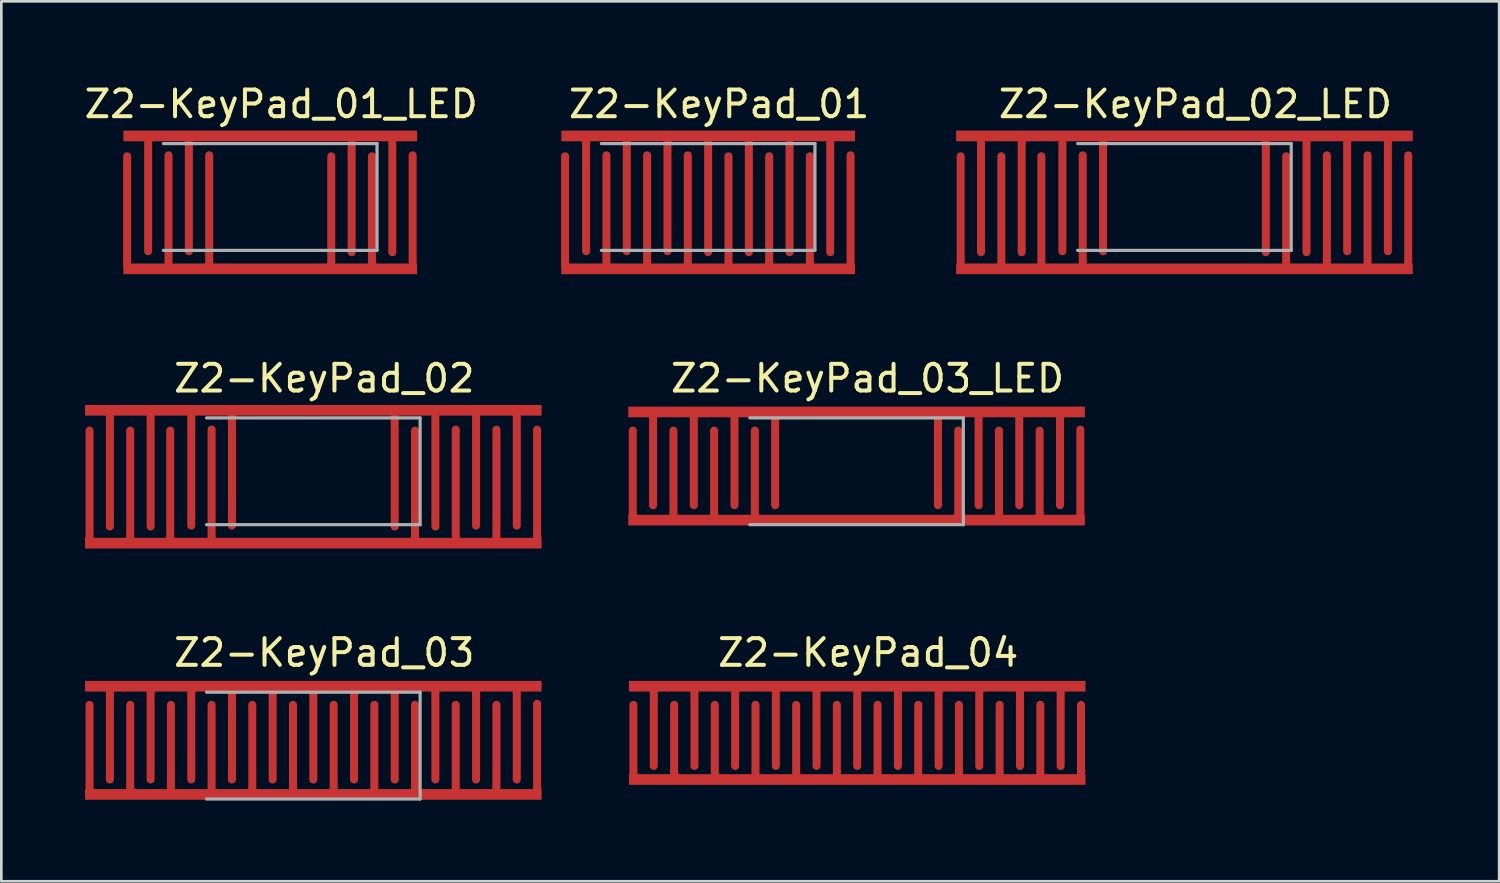
<source format=kicad_pcb>
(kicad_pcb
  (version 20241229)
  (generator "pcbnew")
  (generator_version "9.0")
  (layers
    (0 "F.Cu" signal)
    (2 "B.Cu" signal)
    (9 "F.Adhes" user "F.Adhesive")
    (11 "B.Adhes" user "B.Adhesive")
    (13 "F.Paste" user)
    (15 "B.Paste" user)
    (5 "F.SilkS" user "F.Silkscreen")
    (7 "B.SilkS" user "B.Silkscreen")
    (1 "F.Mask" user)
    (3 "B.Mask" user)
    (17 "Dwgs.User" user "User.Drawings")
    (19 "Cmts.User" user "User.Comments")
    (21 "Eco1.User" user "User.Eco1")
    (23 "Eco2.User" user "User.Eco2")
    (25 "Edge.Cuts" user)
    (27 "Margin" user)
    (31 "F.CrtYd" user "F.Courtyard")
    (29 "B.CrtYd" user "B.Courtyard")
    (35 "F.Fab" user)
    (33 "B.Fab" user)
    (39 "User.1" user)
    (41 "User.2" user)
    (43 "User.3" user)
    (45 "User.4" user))
  (footprint "Z2-KeyPad_04"
    (layer "F.Cu")
    (at 29.058 24.877)
    (property "Reference" "Z2-KeyPad_04" (at 0.41 -3.48 0) (layer "F.SilkS") (effects (font (size 1 1) (thickness 0.15))))
    (attr through_hole)
    (fp_line (start -8.382 1.27) (end -8.382 -1.524) (stroke (width 0.3) (type solid)) (layer "F.Cu"))
    (fp_line (start -7.62 0.762) (end -7.62 -2.032) (stroke (width 0.3) (type solid)) (layer "F.Cu"))
    (fp_line (start -6.858 1.27) (end -6.858 -1.524) (stroke (width 0.3) (type solid)) (layer "F.Cu"))
    (fp_line (start -6.096 0.762) (end -6.096 -2.032) (stroke (width 0.3) (type solid)) (layer "F.Cu"))
    (fp_line (start -5.334 1.27) (end -5.334 -1.524) (stroke (width 0.3) (type solid)) (layer "F.Cu"))
    (fp_line (start -4.572 0.762) (end -4.572 -2.032) (stroke (width 0.3) (type solid)) (layer "F.Cu"))
    (fp_line (start -3.81 1.27) (end -3.81 -1.524) (stroke (width 0.3) (type solid)) (layer "F.Cu"))
    (fp_line (start -3.048 0.762) (end -3.048 -2.032) (stroke (width 0.3) (type solid)) (layer "F.Cu"))
    (fp_line (start -2.286 1.27) (end -2.286 -1.524) (stroke (width 0.3) (type solid)) (layer "F.Cu"))
    (fp_line (start -1.524 0.762) (end -1.524 -2.032) (stroke (width 0.3) (type solid)) (layer "F.Cu"))
    (fp_line (start -0.762 1.27) (end -0.762 -1.524) (stroke (width 0.3) (type solid)) (layer "F.Cu"))
    (fp_line (start 0 0.762) (end 0 -2.032) (stroke (width 0.3) (type solid)) (layer "F.Cu"))
    (fp_line (start 0.762 1.27) (end 0.762 -1.524) (stroke (width 0.3) (type solid)) (layer "F.Cu"))
    (fp_line (start 1.524 0.762) (end 1.524 -2.032) (stroke (width 0.3) (type solid)) (layer "F.Cu"))
    (fp_line (start 2.286 1.27) (end 2.286 -1.524) (stroke (width 0.3) (type solid)) (layer "F.Cu"))
    (fp_line (start 3.048 0.762) (end 3.048 -2.032) (stroke (width 0.3) (type solid)) (layer "F.Cu"))
    (fp_line (start 3.81 1.27) (end 3.81 -1.524) (stroke (width 0.3) (type solid)) (layer "F.Cu"))
    (fp_line (start 4.572 0.762) (end 4.572 -2.032) (stroke (width 0.3) (type solid)) (layer "F.Cu"))
    (fp_line (start 5.334 1.27) (end 5.334 -1.524) (stroke (width 0.3) (type solid)) (layer "F.Cu"))
    (fp_line (start 6.096 0.762) (end 6.096 -2.032) (stroke (width 0.3) (type solid)) (layer "F.Cu"))
    (fp_line (start 6.858 1.27) (end 6.858 -1.524) (stroke (width 0.3) (type solid)) (layer "F.Cu"))
    (fp_line (start 7.62 0.762) (end 7.62 -2.032) (stroke (width 0.3) (type solid)) (layer "F.Cu"))
    (fp_line (start 8.382 1.27) (end 8.382 -1.524) (stroke (width 0.3) (type solid)) (layer "F.Cu"))
    (fp_poly (pts (xy 8.636 1.526) (xy -8.636 1.522) (xy -8.636 -2.438) (xy 8.636 -2.442)) (stroke (width 0.1) (type solid)) (fill yes) (layer "F.Mask"))
    (pad "1" smd rect (at 0 1.27) (size 17.1 0.4) (layers "F.Cu" "F.Mask" "F.Paste"))
    (pad "2" smd rect (at 0 -2.223) (size 17.1 0.4) (layers "F.Cu" "F.Mask" "F.Paste")))
  (footprint "Z2-KeyPad_02"
    (layer "F.Cu")
    (at 8.686 14.603)
    (property "Reference" "Z2-KeyPad_02" (at 0.41 -3.48 0) (layer "F.SilkS") (effects (font (size 1 1) (thickness 0.15))))
    (attr through_hole)
    (fp_line (start -8.382 2.576) (end -8.382 -1.524) (stroke (width 0.3) (type solid)) (layer "F.Cu"))
    (fp_line (start -7.62 2.068) (end -7.62 -2.032) (stroke (width 0.3) (type solid)) (layer "F.Cu"))
    (fp_line (start -6.858 2.576) (end -6.858 -1.524) (stroke (width 0.3) (type solid)) (layer "F.Cu"))
    (fp_line (start -6.096 2.068) (end -6.096 -2.032) (stroke (width 0.3) (type solid)) (layer "F.Cu"))
    (fp_line (start -5.359 2.576) (end -5.359 -1.524) (stroke (width 0.3) (type solid)) (layer "F.Cu"))
    (fp_line (start -4.572 2.032) (end -4.572 -2.068) (stroke (width 0.3) (type solid)) (layer "F.Cu"))
    (fp_line (start -3.81 2.54) (end -3.81 -1.56) (stroke (width 0.3) (type solid)) (layer "F.Cu"))
    (fp_line (start -3.048 2.032) (end -3.048 -2.068) (stroke (width 0.3) (type solid)) (layer "F.Cu"))
    (fp_line (start 3.048 2.068) (end 3.048 -2.032) (stroke (width 0.3) (type solid)) (layer "F.Cu"))
    (fp_line (start 3.81 2.576) (end 3.81 -1.524) (stroke (width 0.3) (type solid)) (layer "F.Cu"))
    (fp_line (start 4.572 2.068) (end 4.572 -2.032) (stroke (width 0.3) (type solid)) (layer "F.Cu"))
    (fp_line (start 5.334 2.54) (end 5.334 -1.56) (stroke (width 0.3) (type solid)) (layer "F.Cu"))
    (fp_line (start 6.096 2.032) (end 6.096 -2.068) (stroke (width 0.3) (type solid)) (layer "F.Cu"))
    (fp_line (start 6.858 2.54) (end 6.858 -1.56) (stroke (width 0.3) (type solid)) (layer "F.Cu"))
    (fp_line (start 7.62 2.032) (end 7.62 -2.068) (stroke (width 0.3) (type solid)) (layer "F.Cu"))
    (fp_line (start 8.382 2.54) (end 8.382 -1.56) (stroke (width 0.3) (type solid)) (layer "F.Cu"))
    (fp_poly (pts (xy -2.692 2.871) (xy -8.636 2.891) (xy -8.636 -2.438) (xy -2.692 -2.465)) (stroke (width 0.1) (type solid)) (fill yes) (layer "F.Mask"))
    (fp_poly (pts (xy 2.972 2.896) (xy -2.946 2.892) (xy -2.946 2.325) (xy 2.972 2.322)) (stroke (width 0.1) (type solid)) (fill yes) (layer "F.Mask"))
    (fp_poly (pts (xy 2.997 -1.88) (xy -2.921 -1.883) (xy -2.921 -2.45) (xy 2.997 -2.453)) (stroke (width 0.1) (type solid)) (fill yes) (layer "F.Mask"))
    (fp_poly (pts (xy 8.611 2.871) (xy 2.667 2.891) (xy 2.667 -2.438) (xy 8.611 -2.465)) (stroke (width 0.1) (type solid)) (fill yes) (layer "F.Mask"))
    (fp_line (start -4 -2) (end 4 -2) (stroke (width 0.12) (type solid)) (layer "F.Fab"))
    (fp_line (start 4 -2) (end 4 2) (stroke (width 0.12) (type solid)) (layer "F.Fab"))
    (fp_line (start 4 2) (end -4 2) (stroke (width 0.12) (type solid)) (layer "F.Fab"))
    (pad "1" smd rect (at 0 2.692) (size 17.1 0.4) (layers "F.Cu" "F.Mask" "F.Paste"))
    (pad "2" smd rect (at 0 -2.286) (size 17.1 0.4) (layers "F.Cu" "F.Mask" "F.Paste")))
  (footprint "Z2-KeyPad_03"
    (layer "F.Cu")
    (at 8.686 24.877)
    (property "Reference" "Z2-KeyPad_03" (at 0.41 -3.48 0) (layer "F.SilkS") (effects (font (size 1 1) (thickness 0.15))))
    (attr through_hole)
    (fp_line (start -8.382 1.778) (end -8.382 -1.524) (stroke (width 0.3) (type solid)) (layer "F.Cu"))
    (fp_line (start -7.62 1.27) (end -7.62 -2.032) (stroke (width 0.3) (type solid)) (layer "F.Cu"))
    (fp_line (start -6.858 1.778) (end -6.858 -1.524) (stroke (width 0.3) (type solid)) (layer "F.Cu"))
    (fp_line (start -6.096 1.27) (end -6.096 -2.032) (stroke (width 0.3) (type solid)) (layer "F.Cu"))
    (fp_line (start -5.334 1.778) (end -5.334 -1.524) (stroke (width 0.3) (type solid)) (layer "F.Cu"))
    (fp_line (start -4.572 1.27) (end -4.572 -2.032) (stroke (width 0.3) (type solid)) (layer "F.Cu"))
    (fp_line (start -3.81 1.778) (end -3.81 -1.524) (stroke (width 0.3) (type solid)) (layer "F.Cu"))
    (fp_line (start -3.048 1.27) (end -3.048 -2.032) (stroke (width 0.3) (type solid)) (layer "F.Cu"))
    (fp_line (start -2.286 1.778) (end -2.286 -1.524) (stroke (width 0.3) (type solid)) (layer "F.Cu"))
    (fp_line (start -1.524 1.27) (end -1.524 -2.032) (stroke (width 0.3) (type solid)) (layer "F.Cu"))
    (fp_line (start -0.762 1.778) (end -0.762 -1.524) (stroke (width 0.3) (type solid)) (layer "F.Cu"))
    (fp_line (start 0 1.27) (end 0 -2.032) (stroke (width 0.3) (type solid)) (layer "F.Cu"))
    (fp_line (start 0.762 1.778) (end 0.762 -1.524) (stroke (width 0.3) (type solid)) (layer "F.Cu"))
    (fp_line (start 1.524 1.27) (end 1.524 -2.032) (stroke (width 0.3) (type solid)) (layer "F.Cu"))
    (fp_line (start 2.286 1.778) (end 2.286 -1.524) (stroke (width 0.3) (type solid)) (layer "F.Cu"))
    (fp_line (start 3.048 1.27) (end 3.048 -2.032) (stroke (width 0.3) (type solid)) (layer "F.Cu"))
    (fp_line (start 3.81 1.778) (end 3.81 -1.524) (stroke (width 0.3) (type solid)) (layer "F.Cu"))
    (fp_line (start 4.572 1.27) (end 4.572 -2.032) (stroke (width 0.3) (type solid)) (layer "F.Cu"))
    (fp_line (start 5.334 1.778) (end 5.334 -1.524) (stroke (width 0.3) (type solid)) (layer "F.Cu"))
    (fp_line (start 6.096 1.27) (end 6.096 -2.032) (stroke (width 0.3) (type solid)) (layer "F.Cu"))
    (fp_line (start 6.858 1.778) (end 6.858 -1.524) (stroke (width 0.3) (type solid)) (layer "F.Cu"))
    (fp_line (start 7.62 1.27) (end 7.62 -2.032) (stroke (width 0.3) (type solid)) (layer "F.Cu"))
    (fp_line (start 8.382 1.778) (end 8.382 -1.56) (stroke (width 0.3) (type solid)) (layer "F.Cu"))
    (fp_poly (pts (xy 8.636 2.034) (xy -8.636 2.03) (xy -8.636 -2.438) (xy 8.636 -2.442)) (stroke (width 0.1) (type solid)) (fill yes) (layer "F.Mask"))
    (fp_line (start -4 -2) (end 4 -2) (stroke (width 0.12) (type solid)) (layer "F.Fab"))
    (fp_line (start 4 -2) (end 4 2) (stroke (width 0.12) (type solid)) (layer "F.Fab"))
    (fp_line (start 4 2) (end -4 2) (stroke (width 0.12) (type solid)) (layer "F.Fab"))
    (pad "1" smd rect (at 0 1.829) (size 17.1 0.4) (layers "F.Cu" "F.Mask" "F.Paste"))
    (pad "2" smd rect (at 0 -2.223) (size 17.1 0.4) (layers "F.Cu" "F.Mask" "F.Paste")))
  (footprint "Z2-KeyPad_02_LED"
    (layer "F.Cu")
    (at 41.315 4.328)
    (property "Reference" "Z2-KeyPad_02_LED" (at 0.41 -3.48 0) (layer "F.SilkS") (effects (font (size 1 1) (thickness 0.15))))
    (attr through_hole)
    (fp_line (start -8.382 2.576) (end -8.382 -1.524) (stroke (width 0.3) (type solid)) (layer "F.Cu"))
    (fp_line (start -7.62 2.068) (end -7.62 -2.032) (stroke (width 0.3) (type solid)) (layer "F.Cu"))
    (fp_line (start -6.858 2.576) (end -6.858 -1.524) (stroke (width 0.3) (type solid)) (layer "F.Cu"))
    (fp_line (start -6.096 2.068) (end -6.096 -2.032) (stroke (width 0.3) (type solid)) (layer "F.Cu"))
    (fp_line (start -5.359 2.576) (end -5.359 -1.524) (stroke (width 0.3) (type solid)) (layer "F.Cu"))
    (fp_line (start -4.572 2.032) (end -4.572 -2.068) (stroke (width 0.3) (type solid)) (layer "F.Cu"))
    (fp_line (start -3.81 2.54) (end -3.81 -1.56) (stroke (width 0.3) (type solid)) (layer "F.Cu"))
    (fp_line (start -3.048 2.032) (end -3.048 -2.068) (stroke (width 0.3) (type solid)) (layer "F.Cu"))
    (fp_line (start 3.048 2.068) (end 3.048 -2.032) (stroke (width 0.3) (type solid)) (layer "F.Cu"))
    (fp_line (start 3.81 2.576) (end 3.81 -1.524) (stroke (width 0.3) (type solid)) (layer "F.Cu"))
    (fp_line (start 4.572 2.068) (end 4.572 -2.032) (stroke (width 0.3) (type solid)) (layer "F.Cu"))
    (fp_line (start 5.334 2.54) (end 5.334 -1.56) (stroke (width 0.3) (type solid)) (layer "F.Cu"))
    (fp_line (start 6.096 2.032) (end 6.096 -2.068) (stroke (width 0.3) (type solid)) (layer "F.Cu"))
    (fp_line (start 6.858 2.54) (end 6.858 -1.56) (stroke (width 0.3) (type solid)) (layer "F.Cu"))
    (fp_line (start 7.62 2.032) (end 7.62 -2.068) (stroke (width 0.3) (type solid)) (layer "F.Cu"))
    (fp_line (start 8.382 2.54) (end 8.382 -1.56) (stroke (width 0.3) (type solid)) (layer "F.Cu"))
    (fp_poly (pts (xy -2.591 2.896) (xy -8.636 2.891) (xy -8.636 -2.438) (xy -2.591 -2.439)) (stroke (width 0.1) (type solid)) (fill yes) (layer "F.Mask"))
    (fp_poly (pts (xy 8.738 2.896) (xy 2.692 2.891) (xy 2.692 -2.438) (xy 8.738 -2.439)) (stroke (width 0.1) (type solid)) (fill yes) (layer "F.Mask"))
    (fp_line (start -4 -2) (end 4 -2) (stroke (width 0.12) (type solid)) (layer "F.Fab"))
    (fp_line (start 4 -2) (end 4 2) (stroke (width 0.12) (type solid)) (layer "F.Fab"))
    (fp_line (start 4 2) (end -4 2) (stroke (width 0.12) (type solid)) (layer "F.Fab"))
    (pad "1" smd rect (at 0 2.692) (size 17.1 0.4) (layers "F.Cu" "F.Mask" "F.Paste"))
    (pad "2" smd rect (at 0 -2.286) (size 17.1 0.4) (layers "F.Cu" "F.Mask" "F.Paste")))
  (footprint "Z2-KeyPad_03_LED"
    (layer "F.Cu")
    (at 29.033 14.603)
    (property "Reference" "Z2-KeyPad_03_LED" (at 0.41 -3.48 0) (layer "F.SilkS") (effects (font (size 1 1) (thickness 0.15))))
    (attr through_hole)
    (fp_line (start -8.382 1.778) (end -8.382 -1.524) (stroke (width 0.3) (type solid)) (layer "F.Cu"))
    (fp_line (start -7.62 1.27) (end -7.62 -2.032) (stroke (width 0.3) (type solid)) (layer "F.Cu"))
    (fp_line (start -6.858 1.778) (end -6.858 -1.524) (stroke (width 0.3) (type solid)) (layer "F.Cu"))
    (fp_line (start -6.096 1.27) (end -6.096 -2.032) (stroke (width 0.3) (type solid)) (layer "F.Cu"))
    (fp_line (start -5.334 1.778) (end -5.334 -1.524) (stroke (width 0.3) (type solid)) (layer "F.Cu"))
    (fp_line (start -4.572 1.27) (end -4.572 -2.032) (stroke (width 0.3) (type solid)) (layer "F.Cu"))
    (fp_line (start -3.81 1.778) (end -3.81 -1.524) (stroke (width 0.3) (type solid)) (layer "F.Cu"))
    (fp_line (start -3.048 1.27) (end -3.048 -2.032) (stroke (width 0.3) (type solid)) (layer "F.Cu"))
    (fp_line (start 3.048 1.27) (end 3.048 -2.032) (stroke (width 0.3) (type solid)) (layer "F.Cu"))
    (fp_line (start 3.81 1.778) (end 3.81 -1.524) (stroke (width 0.3) (type solid)) (layer "F.Cu"))
    (fp_line (start 4.572 1.27) (end 4.572 -2.032) (stroke (width 0.3) (type solid)) (layer "F.Cu"))
    (fp_line (start 5.334 1.778) (end 5.334 -1.524) (stroke (width 0.3) (type solid)) (layer "F.Cu"))
    (fp_line (start 6.096 1.27) (end 6.096 -2.032) (stroke (width 0.3) (type solid)) (layer "F.Cu"))
    (fp_line (start 6.858 1.778) (end 6.858 -1.524) (stroke (width 0.3) (type solid)) (layer "F.Cu"))
    (fp_line (start 7.62 1.27) (end 7.62 -2.032) (stroke (width 0.3) (type solid)) (layer "F.Cu"))
    (fp_line (start 8.382 1.778) (end 8.382 -1.56) (stroke (width 0.3) (type solid)) (layer "F.Cu"))
    (fp_poly (pts (xy -2.819 2.034) (xy -8.636 2.03) (xy -8.636 -2.438) (xy -2.819 -2.441)) (stroke (width 0.1) (type solid)) (fill yes) (layer "F.Mask"))
    (fp_poly (pts (xy 8.636 2.034) (xy 2.845 2.031) (xy 2.845 -2.438) (xy 8.636 -2.442)) (stroke (width 0.1) (type solid)) (fill yes) (layer "F.Mask"))
    (fp_line (start -4 -2) (end 4 -2) (stroke (width 0.12) (type solid)) (layer "F.Fab"))
    (fp_line (start 4 -2) (end 4 2) (stroke (width 0.12) (type solid)) (layer "F.Fab"))
    (fp_line (start 4 2) (end -4 2) (stroke (width 0.12) (type solid)) (layer "F.Fab"))
    (pad "1" smd rect (at 0 1.829) (size 17.1 0.4) (layers "F.Cu" "F.Mask" "F.Paste"))
    (pad "2" smd rect (at 0 -2.223) (size 17.1 0.4) (layers "F.Cu" "F.Mask" "F.Paste")))
  (footprint "Z2-KeyPad_01_LED"
    (layer "F.Cu")
    (at 7.072 4.328)
    (property "Reference" "Z2-KeyPad_01_LED" (at 0.41 -3.48 0) (layer "F.SilkS") (effects (font (size 1 1) (thickness 0.15))))
    (attr through_hole)
    (fp_line (start -5.359 2.576) (end -5.359 -1.524) (stroke (width 0.3) (type solid)) (layer "F.Cu"))
    (fp_line (start -4.572 2.032) (end -4.572 -2.068) (stroke (width 0.3) (type solid)) (layer "F.Cu"))
    (fp_line (start -3.81 2.54) (end -3.81 -1.56) (stroke (width 0.3) (type solid)) (layer "F.Cu"))
    (fp_line (start -3.048 2.032) (end -3.048 -2.068) (stroke (width 0.3) (type solid)) (layer "F.Cu"))
    (fp_line (start -2.286 2.54) (end -2.286 -1.56) (stroke (width 0.3) (type solid)) (layer "F.Cu"))
    (fp_line (start 2.286 2.576) (end 2.286 -1.524) (stroke (width 0.3) (type solid)) (layer "F.Cu"))
    (fp_line (start 3.048 2.068) (end 3.048 -2.032) (stroke (width 0.3) (type solid)) (layer "F.Cu"))
    (fp_line (start 3.81 2.576) (end 3.81 -1.524) (stroke (width 0.3) (type solid)) (layer "F.Cu"))
    (fp_line (start 4.572 2.068) (end 4.572 -2.032) (stroke (width 0.3) (type solid)) (layer "F.Cu"))
    (fp_line (start 5.334 2.54) (end 5.334 -1.56) (stroke (width 0.3) (type solid)) (layer "F.Cu"))
    (fp_poly (pts (xy -2.108 2.872) (xy -5.461 2.869) (xy -5.461 -2.461) (xy -2.108 -2.464)) (stroke (width 0.1) (type solid)) (fill yes) (layer "F.Mask"))
    (fp_poly (pts (xy 5.512 2.869) (xy 2.159 2.865) (xy 2.159 -2.464) (xy 5.512 -2.467)) (stroke (width 0.1) (type solid)) (fill yes) (layer "F.Mask"))
    (fp_line (start -4 -2) (end 4 -2) (stroke (width 0.12) (type solid)) (layer "F.Fab"))
    (fp_line (start 4 -2) (end 4 2) (stroke (width 0.12) (type solid)) (layer "F.Fab"))
    (fp_line (start 4 2) (end -4 2) (stroke (width 0.12) (type solid)) (layer "F.Fab"))
    (pad "1" smd rect (at 0 2.692) (size 11 0.4) (layers "F.Cu" "F.Mask" "F.Paste"))
    (pad "2" smd rect (at 0 -2.286) (size 11 0.4) (layers "F.Cu" "F.Mask" "F.Paste")))
  (footprint "Z2-KeyPad_01"
    (layer "F.Cu")
    (at 23.475 4.328)
    (property "Reference" "Z2-KeyPad_01" (at 0.41 -3.48 0) (layer "F.SilkS") (effects (font (size 1 1) (thickness 0.15))))
    (attr through_hole)
    (fp_line (start -5.359 2.576) (end -5.359 -1.524) (stroke (width 0.3) (type solid)) (layer "F.Cu"))
    (fp_line (start -4.572 2.032) (end -4.572 -2.068) (stroke (width 0.3) (type solid)) (layer "F.Cu"))
    (fp_line (start -3.81 2.54) (end -3.81 -1.56) (stroke (width 0.3) (type solid)) (layer "F.Cu"))
    (fp_line (start -3.048 2.032) (end -3.048 -2.068) (stroke (width 0.3) (type solid)) (layer "F.Cu"))
    (fp_line (start -2.286 2.54) (end -2.286 -1.56) (stroke (width 0.3) (type solid)) (layer "F.Cu"))
    (fp_line (start -1.524 2.032) (end -1.524 -2.068) (stroke (width 0.3) (type solid)) (layer "F.Cu"))
    (fp_line (start -0.762 2.54) (end -0.762 -1.56) (stroke (width 0.3) (type solid)) (layer "F.Cu"))
    (fp_line (start 0 2.068) (end 0 -2.032) (stroke (width 0.3) (type solid)) (layer "F.Cu"))
    (fp_line (start 0.762 2.576) (end 0.762 -1.524) (stroke (width 0.3) (type solid)) (layer "F.Cu"))
    (fp_line (start 1.524 2.068) (end 1.524 -2.032) (stroke (width 0.3) (type solid)) (layer "F.Cu"))
    (fp_line (start 2.286 2.576) (end 2.286 -1.524) (stroke (width 0.3) (type solid)) (layer "F.Cu"))
    (fp_line (start 3.048 2.068) (end 3.048 -2.032) (stroke (width 0.3) (type solid)) (layer "F.Cu"))
    (fp_line (start 3.81 2.576) (end 3.81 -1.524) (stroke (width 0.3) (type solid)) (layer "F.Cu"))
    (fp_line (start 4.572 2.068) (end 4.572 -2.032) (stroke (width 0.3) (type solid)) (layer "F.Cu"))
    (fp_line (start 5.334 2.54) (end 5.334 -1.56) (stroke (width 0.3) (type solid)) (layer "F.Cu"))
    (fp_poly (pts (xy 5.486 2.872) (xy -5.461 2.869) (xy -5.461 -2.461) (xy 5.486 -2.464)) (stroke (width 0.1) (type solid)) (fill yes) (layer "F.Mask"))
    (fp_line (start -4 -2) (end 4 -2) (stroke (width 0.12) (type solid)) (layer "F.Fab"))
    (fp_line (start 4 -2) (end 4 2) (stroke (width 0.12) (type solid)) (layer "F.Fab"))
    (fp_line (start 4 2) (end -4 2) (stroke (width 0.12) (type solid)) (layer "F.Fab"))
    (pad "1" smd rect (at 0 2.692) (size 11 0.4) (layers "F.Cu" "F.Mask" "F.Paste"))
    (pad "2" smd rect (at 0 -2.286) (size 11 0.4) (layers "F.Cu" "F.Mask" "F.Paste")))
  (gr_rect
    (start -3 -3)
    (end 53.103 29.96)
    (stroke (width 0.1) (type default))
    (fill no)
    (layer "Edge.Cuts")))
</source>
